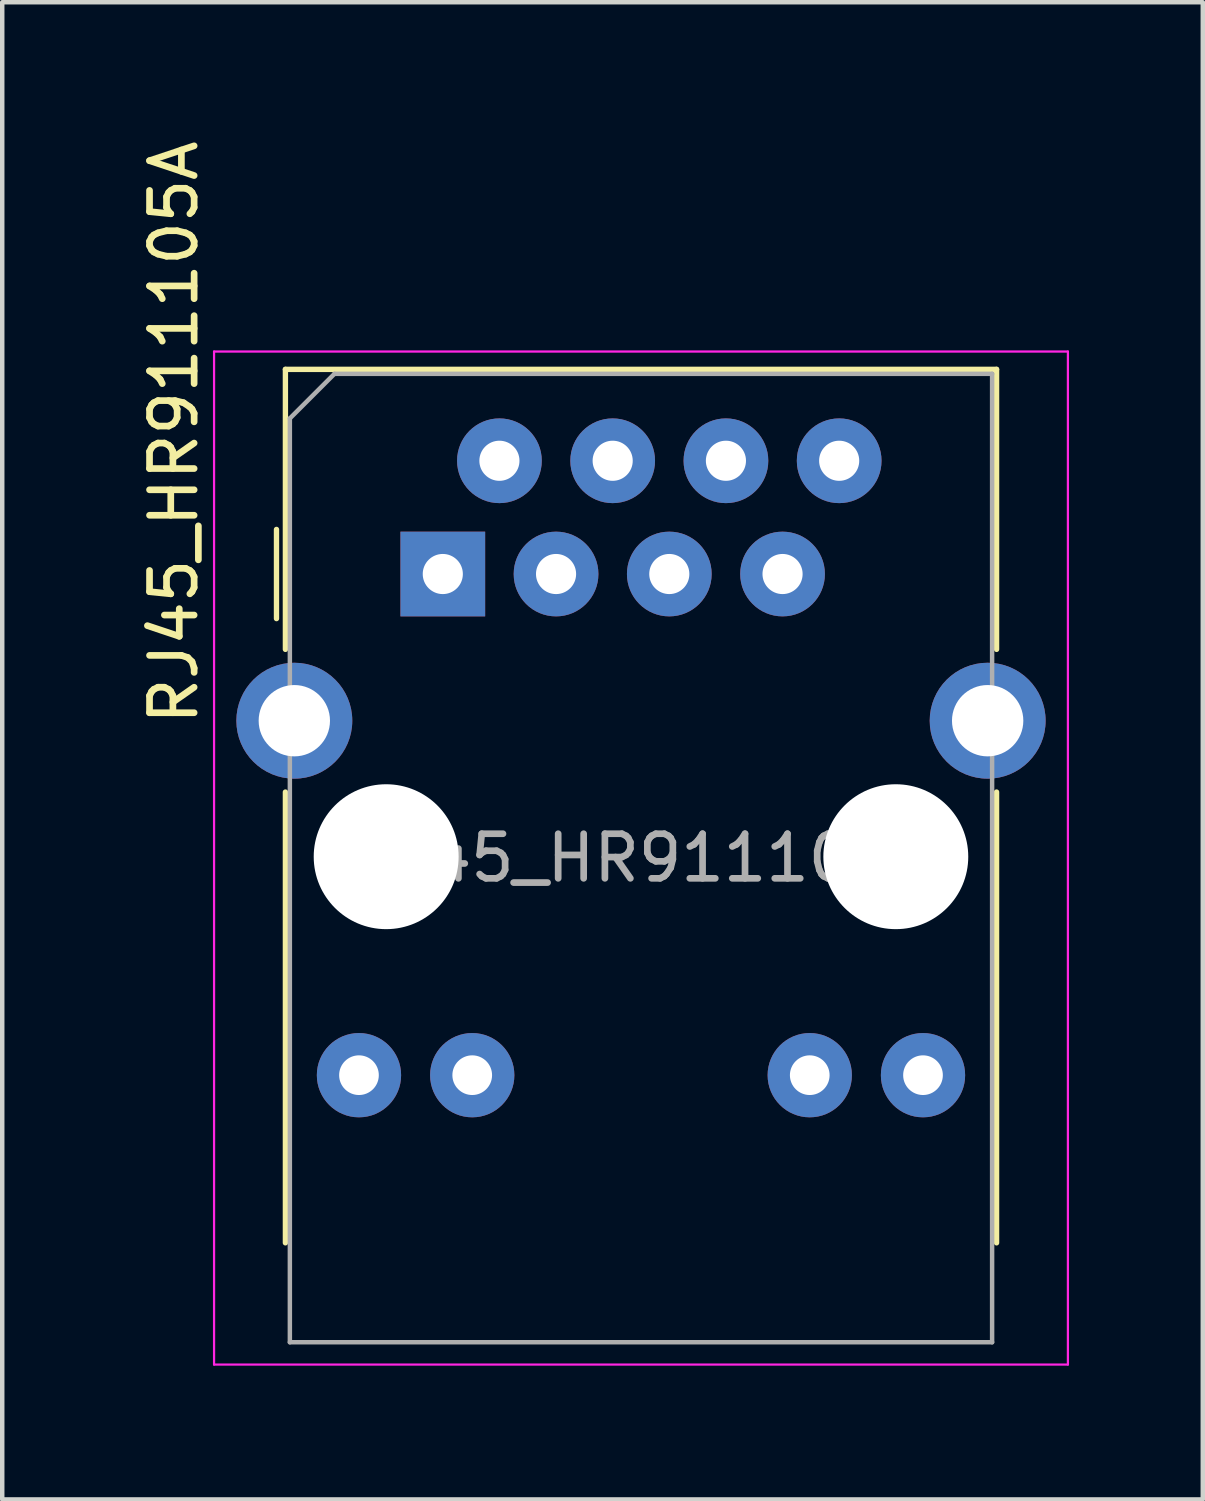
<source format=kicad_pcb>
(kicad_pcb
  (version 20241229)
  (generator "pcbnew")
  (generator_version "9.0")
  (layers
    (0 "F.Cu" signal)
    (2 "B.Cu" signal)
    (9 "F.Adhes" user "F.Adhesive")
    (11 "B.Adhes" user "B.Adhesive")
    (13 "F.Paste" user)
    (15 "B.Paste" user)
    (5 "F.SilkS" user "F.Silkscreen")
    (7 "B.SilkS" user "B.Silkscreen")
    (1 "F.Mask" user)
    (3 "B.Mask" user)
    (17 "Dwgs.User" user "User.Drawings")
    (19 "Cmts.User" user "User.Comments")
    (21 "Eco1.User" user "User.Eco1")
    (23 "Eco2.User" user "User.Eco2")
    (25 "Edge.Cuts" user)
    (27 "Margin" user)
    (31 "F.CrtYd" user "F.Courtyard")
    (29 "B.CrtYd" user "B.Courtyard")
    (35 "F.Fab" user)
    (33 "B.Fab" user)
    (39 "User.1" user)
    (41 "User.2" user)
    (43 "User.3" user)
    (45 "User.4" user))
  (footprint "RJ45_HR911105A"
    (layer "F.Cu")
    (at 6.881 9.824)
    (property "Reference" "RJ45_HR911105A" (at -6.032 -3.175 90) (layer "F.SilkS") (effects (font (size 1 1) (thickness 0.15))))
    (attr through_hole)
    (fp_line (start -3.73 -1) (end -3.73 1) (stroke (width 0.12) (type solid)) (layer "F.SilkS"))
    (fp_line (start -3.53 -4.59) (end 12.42 -4.59) (stroke (width 0.12) (type solid)) (layer "F.SilkS"))
    (fp_line (start -3.53 1.69) (end -3.53 -4.59) (stroke (width 0.12) (type solid)) (layer "F.SilkS"))
    (fp_line (start -3.53 15) (end -3.53 4.89) (stroke (width 0.12) (type solid)) (layer "F.SilkS"))
    (fp_line (start 12.42 -4.59) (end 12.42 1.69) (stroke (width 0.12) (type solid)) (layer "F.SilkS"))
    (fp_line (start 12.42 4.89) (end 12.42 15) (stroke (width 0.12) (type solid)) (layer "F.SilkS"))
    (fp_line (start -5.13 -4.99) (end -5.13 17.73) (stroke (width 0.05) (type solid)) (layer "F.CrtYd"))
    (fp_line (start -5.13 17.73) (end 14.02 17.73) (stroke (width 0.05) (type solid)) (layer "F.CrtYd"))
    (fp_line (start 14.02 -4.99) (end -5.13 -4.99) (stroke (width 0.05) (type solid)) (layer "F.CrtYd"))
    (fp_line (start 14.02 17.73) (end 14.02 -4.99) (stroke (width 0.05) (type solid)) (layer "F.CrtYd"))
    (fp_line (start -3.43 -3.49) (end -2.43 -4.49) (stroke (width 0.1) (type solid)) (layer "F.Fab"))
    (fp_line (start -3.43 17.23) (end -3.43 -3.49) (stroke (width 0.1) (type solid)) (layer "F.Fab"))
    (fp_line (start -2.43 -4.49) (end 12.32 -4.49) (stroke (width 0.1) (type solid)) (layer "F.Fab"))
    (fp_line (start 12.32 -4.49) (end 12.32 17.23) (stroke (width 0.1) (type solid)) (layer "F.Fab"))
    (fp_line (start 12.32 17.23) (end -3.43 17.23) (stroke (width 0.1) (type solid)) (layer "F.Fab"))
    (fp_text user "${REFERENCE}" (at 4.445 6.37 0) (layer "F.Fab") (effects (font (size 1 1) (thickness 0.15))))
    (pad "" np_thru_hole circle (at -1.27 6.34) (size 3.25 3.25) (drill 3.25) (layers "*.Cu" "*.Mask"))
    (pad "" np_thru_hole circle (at 10.16 6.34) (size 3.25 3.25) (drill 3.25) (layers "*.Cu" "*.Mask"))
    (pad "13" thru_hole circle (at -3.33 3.29) (size 2.6 2.6) (drill 1.6) (layers "*.Cu" "*.Mask"))
    (pad "13" thru_hole circle (at 12.22 3.29) (size 2.6 2.6) (drill 1.6) (layers "*.Cu" "*.Mask"))
    (pad "L1" thru_hole circle (at 10.77 11.24) (size 1.89 1.89) (drill 0.89) (layers "*.Cu" "*.Mask"))
    (pad "L2" thru_hole circle (at 8.23 11.24) (size 1.89 1.89) (drill 0.89) (layers "*.Cu" "*.Mask"))
    (pad "L3" thru_hole circle (at 0.66 11.24) (size 1.89 1.89) (drill 0.89) (layers "*.Cu" "*.Mask"))
    (pad "L4" thru_hole circle (at -1.88 11.24) (size 1.89 1.89) (drill 0.89) (layers "*.Cu" "*.Mask"))
    (pad "R1" thru_hole rect (at 0 0) (size 1.9 1.9) (drill 0.9) (layers "*.Cu" "*.Mask"))
    (pad "R2" thru_hole circle (at 1.27 -2.54) (size 1.9 1.9) (drill 0.9) (layers "*.Cu" "*.Mask"))
    (pad "R3" thru_hole circle (at 2.54 0) (size 1.9 1.9) (drill 0.9) (layers "*.Cu" "*.Mask"))
    (pad "R4" thru_hole circle (at 3.81 -2.54) (size 1.9 1.9) (drill 0.9) (layers "*.Cu" "*.Mask"))
    (pad "R5" thru_hole circle (at 5.08 0) (size 1.9 1.9) (drill 0.9) (layers "*.Cu" "*.Mask"))
    (pad "R6" thru_hole circle (at 6.35 -2.54) (size 1.9 1.9) (drill 0.9) (layers "*.Cu" "*.Mask"))
    (pad "R7" thru_hole circle (at 7.62 0) (size 1.9 1.9) (drill 0.9) (layers "*.Cu" "*.Mask"))
    (pad "R8" thru_hole circle (at 8.89 -2.54) (size 1.9 1.9) (drill 0.9) (layers "*.Cu" "*.Mask")))
  (gr_rect
    (start -3 -3)
    (end 23.926 30.579)
    (stroke (width 0.1) (type default))
    (fill no)
    (layer "Edge.Cuts")))
</source>
